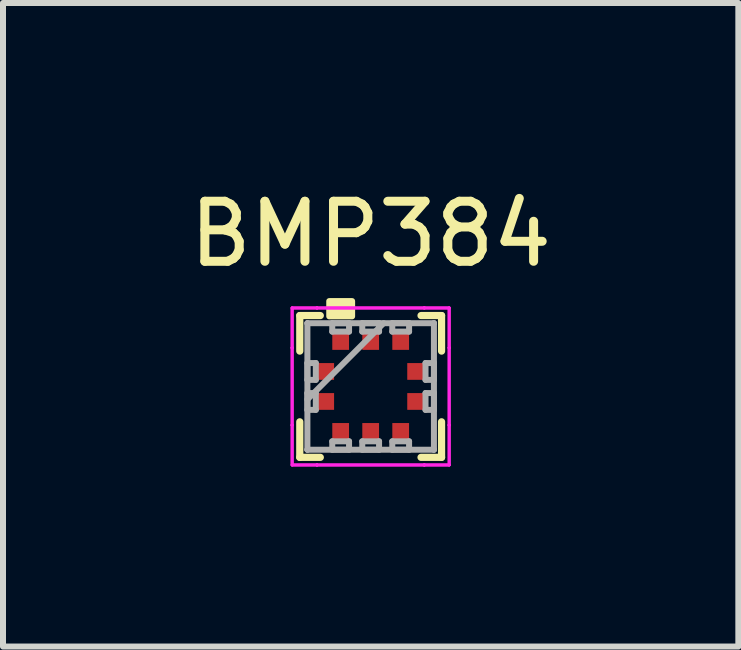
<source format=kicad_pcb>
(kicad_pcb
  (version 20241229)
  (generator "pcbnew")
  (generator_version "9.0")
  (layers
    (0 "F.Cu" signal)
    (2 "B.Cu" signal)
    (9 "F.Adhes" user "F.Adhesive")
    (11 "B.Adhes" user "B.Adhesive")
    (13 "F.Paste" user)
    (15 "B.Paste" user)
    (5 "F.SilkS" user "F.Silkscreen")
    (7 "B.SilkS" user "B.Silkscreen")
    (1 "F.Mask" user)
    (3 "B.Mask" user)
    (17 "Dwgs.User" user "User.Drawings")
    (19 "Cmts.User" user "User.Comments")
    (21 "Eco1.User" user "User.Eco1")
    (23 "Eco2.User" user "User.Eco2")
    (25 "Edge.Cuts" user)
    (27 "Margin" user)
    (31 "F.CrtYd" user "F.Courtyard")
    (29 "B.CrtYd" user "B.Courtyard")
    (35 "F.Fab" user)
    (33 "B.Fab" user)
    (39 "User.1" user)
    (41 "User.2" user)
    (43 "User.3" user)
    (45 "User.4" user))
  (footprint "BMP384"
    (layer "F.Cu")
    (at 3.125 3.388)
    (property "Reference" "BMP384" (at 0 -2.54 0) (layer "F.SilkS") (effects (font (size 1 1) (thickness 0.15))))
    (attr through_hole)
    (fp_line (start -1.181 -1.181) (end -1.181 -0.589) (stroke (width 0.12) (type solid)) (layer "F.SilkS"))
    (fp_line (start -1.181 0.589) (end -1.181 1.181) (stroke (width 0.12) (type solid)) (layer "F.SilkS"))
    (fp_line (start -1.181 1.181) (end -0.839 1.181) (stroke (width 0.12) (type solid)) (layer "F.SilkS"))
    (fp_line (start -0.839 -1.181) (end -1.181 -1.181) (stroke (width 0.12) (type solid)) (layer "F.SilkS"))
    (fp_line (start 0.839 1.181) (end 1.181 1.181) (stroke (width 0.12) (type solid)) (layer "F.SilkS"))
    (fp_line (start 1.181 -1.181) (end 0.839 -1.181) (stroke (width 0.12) (type solid)) (layer "F.SilkS"))
    (fp_line (start 1.181 -0.589) (end 1.181 -1.181) (stroke (width 0.12) (type solid)) (layer "F.SilkS"))
    (fp_line (start 1.181 1.181) (end 1.181 0.589) (stroke (width 0.12) (type solid)) (layer "F.SilkS"))
    (fp_poly (pts (xy -0.69 -1.168) (xy -0.69 -1.422) (xy -0.309 -1.422) (xy -0.309 -1.168)) (stroke (width 0.1) (type solid)) (fill yes) (layer "F.SilkS"))
    (fp_line (start -1.308 -1.308) (end -0.894 -1.308) (stroke (width 0.05) (type solid)) (layer "F.CrtYd"))
    (fp_line (start -1.308 -1.308) (end -0.894 -1.308) (stroke (width 0.05) (type solid)) (layer "F.CrtYd"))
    (fp_line (start -1.308 -0.644) (end -1.308 -1.308) (stroke (width 0.05) (type solid)) (layer "F.CrtYd"))
    (fp_line (start -1.308 -0.644) (end -1.308 -1.308) (stroke (width 0.05) (type solid)) (layer "F.CrtYd"))
    (fp_line (start -1.308 -0.644) (end -1.308 -0.644) (stroke (width 0.05) (type solid)) (layer "F.CrtYd"))
    (fp_line (start -1.308 -0.644) (end -1.308 -0.644) (stroke (width 0.05) (type solid)) (layer "F.CrtYd"))
    (fp_line (start -1.308 0.644) (end -1.308 -0.644) (stroke (width 0.05) (type solid)) (layer "F.CrtYd"))
    (fp_line (start -1.308 0.644) (end -1.308 -0.644) (stroke (width 0.05) (type solid)) (layer "F.CrtYd"))
    (fp_line (start -1.308 0.644) (end -1.308 0.644) (stroke (width 0.05) (type solid)) (layer "F.CrtYd"))
    (fp_line (start -1.308 0.644) (end -1.308 0.644) (stroke (width 0.05) (type solid)) (layer "F.CrtYd"))
    (fp_line (start -1.308 1.308) (end -1.308 0.644) (stroke (width 0.05) (type solid)) (layer "F.CrtYd"))
    (fp_line (start -1.308 1.308) (end -1.308 0.644) (stroke (width 0.05) (type solid)) (layer "F.CrtYd"))
    (fp_line (start -0.894 -1.308) (end -0.894 -1.308) (stroke (width 0.05) (type solid)) (layer "F.CrtYd"))
    (fp_line (start -0.894 -1.308) (end -0.894 -1.308) (stroke (width 0.05) (type solid)) (layer "F.CrtYd"))
    (fp_line (start -0.894 -1.308) (end 0.894 -1.308) (stroke (width 0.05) (type solid)) (layer "F.CrtYd"))
    (fp_line (start -0.894 -1.308) (end 0.894 -1.308) (stroke (width 0.05) (type solid)) (layer "F.CrtYd"))
    (fp_line (start -0.894 1.308) (end -1.308 1.308) (stroke (width 0.05) (type solid)) (layer "F.CrtYd"))
    (fp_line (start -0.894 1.308) (end -1.308 1.308) (stroke (width 0.05) (type solid)) (layer "F.CrtYd"))
    (fp_line (start -0.894 1.308) (end -0.894 1.308) (stroke (width 0.05) (type solid)) (layer "F.CrtYd"))
    (fp_line (start -0.894 1.308) (end -0.894 1.308) (stroke (width 0.05) (type solid)) (layer "F.CrtYd"))
    (fp_line (start 0.894 -1.308) (end 0.894 -1.308) (stroke (width 0.05) (type solid)) (layer "F.CrtYd"))
    (fp_line (start 0.894 -1.308) (end 0.894 -1.308) (stroke (width 0.05) (type solid)) (layer "F.CrtYd"))
    (fp_line (start 0.894 -1.308) (end 1.308 -1.308) (stroke (width 0.05) (type solid)) (layer "F.CrtYd"))
    (fp_line (start 0.894 -1.308) (end 1.308 -1.308) (stroke (width 0.05) (type solid)) (layer "F.CrtYd"))
    (fp_line (start 0.894 1.308) (end -0.894 1.308) (stroke (width 0.05) (type solid)) (layer "F.CrtYd"))
    (fp_line (start 0.894 1.308) (end -0.894 1.308) (stroke (width 0.05) (type solid)) (layer "F.CrtYd"))
    (fp_line (start 0.894 1.308) (end 0.894 1.308) (stroke (width 0.05) (type solid)) (layer "F.CrtYd"))
    (fp_line (start 0.894 1.308) (end 0.894 1.308) (stroke (width 0.05) (type solid)) (layer "F.CrtYd"))
    (fp_line (start 1.308 -1.308) (end 1.308 -0.644) (stroke (width 0.05) (type solid)) (layer "F.CrtYd"))
    (fp_line (start 1.308 -1.308) (end 1.308 -0.644) (stroke (width 0.05) (type solid)) (layer "F.CrtYd"))
    (fp_line (start 1.308 -0.644) (end 1.308 -0.644) (stroke (width 0.05) (type solid)) (layer "F.CrtYd"))
    (fp_line (start 1.308 -0.644) (end 1.308 -0.644) (stroke (width 0.05) (type solid)) (layer "F.CrtYd"))
    (fp_line (start 1.308 -0.644) (end 1.308 0.644) (stroke (width 0.05) (type solid)) (layer "F.CrtYd"))
    (fp_line (start 1.308 -0.644) (end 1.308 0.644) (stroke (width 0.05) (type solid)) (layer "F.CrtYd"))
    (fp_line (start 1.308 0.644) (end 1.308 0.644) (stroke (width 0.05) (type solid)) (layer "F.CrtYd"))
    (fp_line (start 1.308 0.644) (end 1.308 0.644) (stroke (width 0.05) (type solid)) (layer "F.CrtYd"))
    (fp_line (start 1.308 0.644) (end 1.308 1.308) (stroke (width 0.05) (type solid)) (layer "F.CrtYd"))
    (fp_line (start 1.308 0.644) (end 1.308 1.308) (stroke (width 0.05) (type solid)) (layer "F.CrtYd"))
    (fp_line (start 1.308 1.308) (end 0.894 1.308) (stroke (width 0.05) (type solid)) (layer "F.CrtYd"))
    (fp_line (start 1.308 1.308) (end 0.894 1.308) (stroke (width 0.05) (type solid)) (layer "F.CrtYd"))
    (fp_line (start -1.054 -1.054) (end -1.054 -1.054) (stroke (width 0.1) (type solid)) (layer "F.Fab"))
    (fp_line (start -1.054 -1.054) (end -1.054 1.054) (stroke (width 0.1) (type solid)) (layer "F.Fab"))
    (fp_line (start -1.054 -0.39) (end -0.914 -0.39) (stroke (width 0.1) (type solid)) (layer "F.Fab"))
    (fp_line (start -1.054 -0.11) (end -1.054 -0.39) (stroke (width 0.1) (type solid)) (layer "F.Fab"))
    (fp_line (start -1.054 0.11) (end -0.914 0.11) (stroke (width 0.1) (type solid)) (layer "F.Fab"))
    (fp_line (start -1.054 0.216) (end 0.216 -1.054) (stroke (width 0.1) (type solid)) (layer "F.Fab"))
    (fp_line (start -1.054 0.39) (end -1.054 0.11) (stroke (width 0.1) (type solid)) (layer "F.Fab"))
    (fp_line (start -1.054 1.054) (end -1.054 1.054) (stroke (width 0.1) (type solid)) (layer "F.Fab"))
    (fp_line (start -1.054 1.054) (end 1.054 1.054) (stroke (width 0.1) (type solid)) (layer "F.Fab"))
    (fp_line (start -0.914 -0.39) (end -0.914 -0.11) (stroke (width 0.1) (type solid)) (layer "F.Fab"))
    (fp_line (start -0.914 -0.11) (end -1.054 -0.11) (stroke (width 0.1) (type solid)) (layer "F.Fab"))
    (fp_line (start -0.914 0.11) (end -0.914 0.39) (stroke (width 0.1) (type solid)) (layer "F.Fab"))
    (fp_line (start -0.914 0.39) (end -1.054 0.39) (stroke (width 0.1) (type solid)) (layer "F.Fab"))
    (fp_line (start -0.64 -1.054) (end -0.36 -1.054) (stroke (width 0.1) (type solid)) (layer "F.Fab"))
    (fp_line (start -0.64 -0.914) (end -0.64 -1.054) (stroke (width 0.1) (type solid)) (layer "F.Fab"))
    (fp_line (start -0.64 0.914) (end -0.36 0.914) (stroke (width 0.1) (type solid)) (layer "F.Fab"))
    (fp_line (start -0.64 1.054) (end -0.64 0.914) (stroke (width 0.1) (type solid)) (layer "F.Fab"))
    (fp_line (start -0.36 -1.054) (end -0.36 -0.914) (stroke (width 0.1) (type solid)) (layer "F.Fab"))
    (fp_line (start -0.36 -0.914) (end -0.64 -0.914) (stroke (width 0.1) (type solid)) (layer "F.Fab"))
    (fp_line (start -0.36 0.914) (end -0.36 1.054) (stroke (width 0.1) (type solid)) (layer "F.Fab"))
    (fp_line (start -0.36 1.054) (end -0.64 1.054) (stroke (width 0.1) (type solid)) (layer "F.Fab"))
    (fp_line (start -0.14 -1.054) (end 0.14 -1.054) (stroke (width 0.1) (type solid)) (layer "F.Fab"))
    (fp_line (start -0.14 -0.914) (end -0.14 -1.054) (stroke (width 0.1) (type solid)) (layer "F.Fab"))
    (fp_line (start -0.14 0.914) (end 0.14 0.914) (stroke (width 0.1) (type solid)) (layer "F.Fab"))
    (fp_line (start -0.14 1.054) (end -0.14 0.914) (stroke (width 0.1) (type solid)) (layer "F.Fab"))
    (fp_line (start 0.14 -1.054) (end 0.14 -0.914) (stroke (width 0.1) (type solid)) (layer "F.Fab"))
    (fp_line (start 0.14 -0.914) (end -0.14 -0.914) (stroke (width 0.1) (type solid)) (layer "F.Fab"))
    (fp_line (start 0.14 0.914) (end 0.14 1.054) (stroke (width 0.1) (type solid)) (layer "F.Fab"))
    (fp_line (start 0.14 1.054) (end -0.14 1.054) (stroke (width 0.1) (type solid)) (layer "F.Fab"))
    (fp_line (start 0.36 -1.054) (end 0.64 -1.054) (stroke (width 0.1) (type solid)) (layer "F.Fab"))
    (fp_line (start 0.36 -0.914) (end 0.36 -1.054) (stroke (width 0.1) (type solid)) (layer "F.Fab"))
    (fp_line (start 0.36 0.914) (end 0.64 0.914) (stroke (width 0.1) (type solid)) (layer "F.Fab"))
    (fp_line (start 0.36 1.054) (end 0.36 0.914) (stroke (width 0.1) (type solid)) (layer "F.Fab"))
    (fp_line (start 0.64 -1.054) (end 0.64 -0.914) (stroke (width 0.1) (type solid)) (layer "F.Fab"))
    (fp_line (start 0.64 -0.914) (end 0.36 -0.914) (stroke (width 0.1) (type solid)) (layer "F.Fab"))
    (fp_line (start 0.64 0.914) (end 0.64 1.054) (stroke (width 0.1) (type solid)) (layer "F.Fab"))
    (fp_line (start 0.64 1.054) (end 0.36 1.054) (stroke (width 0.1) (type solid)) (layer "F.Fab"))
    (fp_line (start 0.914 -0.39) (end 1.054 -0.39) (stroke (width 0.1) (type solid)) (layer "F.Fab"))
    (fp_line (start 0.914 -0.11) (end 0.914 -0.39) (stroke (width 0.1) (type solid)) (layer "F.Fab"))
    (fp_line (start 0.914 0.11) (end 1.054 0.11) (stroke (width 0.1) (type solid)) (layer "F.Fab"))
    (fp_line (start 0.914 0.39) (end 0.914 0.11) (stroke (width 0.1) (type solid)) (layer "F.Fab"))
    (fp_line (start 1.054 -1.054) (end -1.054 -1.054) (stroke (width 0.1) (type solid)) (layer "F.Fab"))
    (fp_line (start 1.054 -1.054) (end 1.054 -1.054) (stroke (width 0.1) (type solid)) (layer "F.Fab"))
    (fp_line (start 1.054 -0.39) (end 1.054 -0.11) (stroke (width 0.1) (type solid)) (layer "F.Fab"))
    (fp_line (start 1.054 -0.11) (end 0.914 -0.11) (stroke (width 0.1) (type solid)) (layer "F.Fab"))
    (fp_line (start 1.054 0.11) (end 1.054 0.39) (stroke (width 0.1) (type solid)) (layer "F.Fab"))
    (fp_line (start 1.054 0.39) (end 0.914 0.39) (stroke (width 0.1) (type solid)) (layer "F.Fab"))
    (fp_line (start 1.054 1.054) (end 1.054 -1.054) (stroke (width 0.1) (type solid)) (layer "F.Fab"))
    (fp_line (start 1.054 1.054) (end 1.054 1.054) (stroke (width 0.1) (type solid)) (layer "F.Fab"))
    (pad "1" smd rect (at -0.762 -0.25 90) (size 0.279 0.305) (layers "F.Cu" "F.Mask" "F.Paste"))
    (pad "2" smd rect (at -0.762 0.25 90) (size 0.279 0.305) (layers "F.Cu" "F.Mask" "F.Paste"))
    (pad "3" smd rect (at -0.5 0.762) (size 0.279 0.305) (layers "F.Cu" "F.Mask" "F.Paste"))
    (pad "4" smd rect (at 0 0.762) (size 0.279 0.305) (layers "F.Cu" "F.Mask" "F.Paste"))
    (pad "5" smd rect (at 0.5 0.762) (size 0.279 0.305) (layers "F.Cu" "F.Mask" "F.Paste"))
    (pad "6" smd rect (at 0.762 0.25 90) (size 0.279 0.305) (layers "F.Cu" "F.Mask" "F.Paste"))
    (pad "7" smd rect (at 0.762 -0.25 90) (size 0.279 0.305) (layers "F.Cu" "F.Mask" "F.Paste"))
    (pad "8" smd rect (at 0.5 -0.762) (size 0.279 0.305) (layers "F.Cu" "F.Mask" "F.Paste"))
    (pad "9" smd rect (at 0 -0.762) (size 0.279 0.305) (layers "F.Cu" "F.Mask" "F.Paste"))
    (pad "10" smd rect (at -0.5 -0.762) (size 0.279 0.305) (layers "F.Cu" "F.Mask" "F.Paste")))
  (gr_rect
    (start -3 -3)
    (end 9.25 7.721)
    (stroke (width 0.1) (type default))
    (fill no)
    (layer "Edge.Cuts")))
</source>
